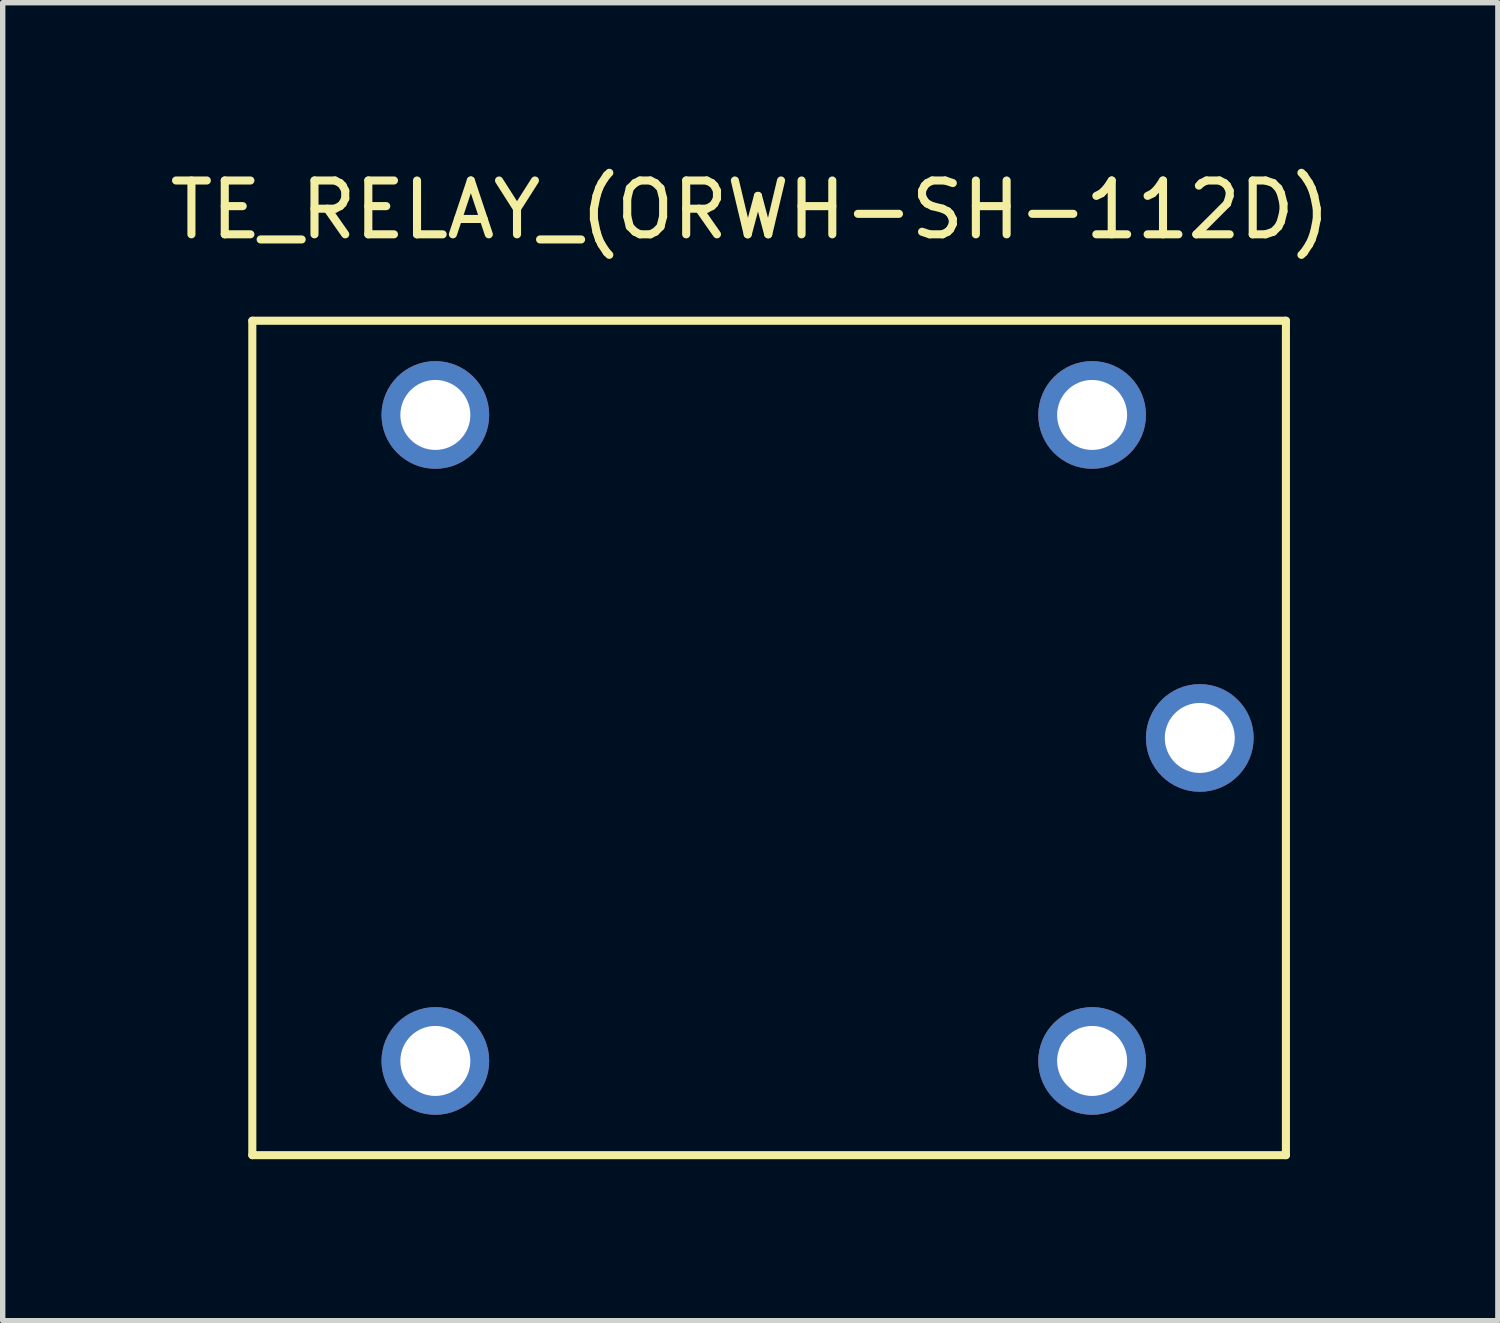
<source format=kicad_pcb>
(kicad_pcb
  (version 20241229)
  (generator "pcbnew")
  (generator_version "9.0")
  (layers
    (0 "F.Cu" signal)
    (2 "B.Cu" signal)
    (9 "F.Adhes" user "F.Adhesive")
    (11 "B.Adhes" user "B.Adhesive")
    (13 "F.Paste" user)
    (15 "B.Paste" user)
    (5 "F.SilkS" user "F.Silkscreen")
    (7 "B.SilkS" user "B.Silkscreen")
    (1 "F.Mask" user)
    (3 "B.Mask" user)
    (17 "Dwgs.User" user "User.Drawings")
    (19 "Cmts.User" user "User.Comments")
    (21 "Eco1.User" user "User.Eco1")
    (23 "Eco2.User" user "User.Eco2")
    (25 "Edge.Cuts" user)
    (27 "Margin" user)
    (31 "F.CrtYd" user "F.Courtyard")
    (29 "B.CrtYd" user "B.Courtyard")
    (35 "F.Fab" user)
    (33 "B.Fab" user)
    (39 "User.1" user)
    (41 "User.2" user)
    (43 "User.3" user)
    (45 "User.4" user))
  (footprint "TE_RELAY_(ORWH-SH-112D)"
    (layer "F.Cu")
    (at 17.237 4.658)
    (property "Reference" "TE_RELAY_(ORWH-SH-112D)" (at -6.35 -3.81 0) (layer "F.SilkS") (effects (font (size 1 1) (thickness 0.15))))
    (attr through_hole)
    (fp_line (start -15.6 -1.75) (end 3.6 -1.75) (stroke (width 0.15) (type solid)) (layer "F.SilkS"))
    (fp_line (start -15.6 13.75) (end -15.6 -1.75) (stroke (width 0.15) (type solid)) (layer "F.SilkS"))
    (fp_line (start 3.6 -1.75) (end 3.6 13.75) (stroke (width 0.15) (type solid)) (layer "F.SilkS"))
    (fp_line (start 3.6 13.75) (end -15.6 13.75) (stroke (width 0.15) (type solid)) (layer "F.SilkS"))
    (pad "1" thru_hole circle (at 0 0) (size 2 2) (drill 1.3) (layers "*.Cu" "*.Mask"))
    (pad "2" thru_hole circle (at 0 12) (size 2 2) (drill 1.3) (layers "*.Cu" "*.Mask"))
    (pad "3" thru_hole circle (at 2 6) (size 2 2) (drill 1.3) (layers "*.Cu" "*.Mask"))
    (pad "4" thru_hole circle (at -12.2 0) (size 2 2) (drill 1.3) (layers "*.Cu" "*.Mask"))
    (pad "5" thru_hole circle (at -12.2 12) (size 2 2) (drill 1.3) (layers "*.Cu" "*.Mask")))
  (gr_rect
    (start -3 -3)
    (end 24.774 21.483)
    (stroke (width 0.1) (type default))
    (fill no)
    (layer "Edge.Cuts")))
</source>
